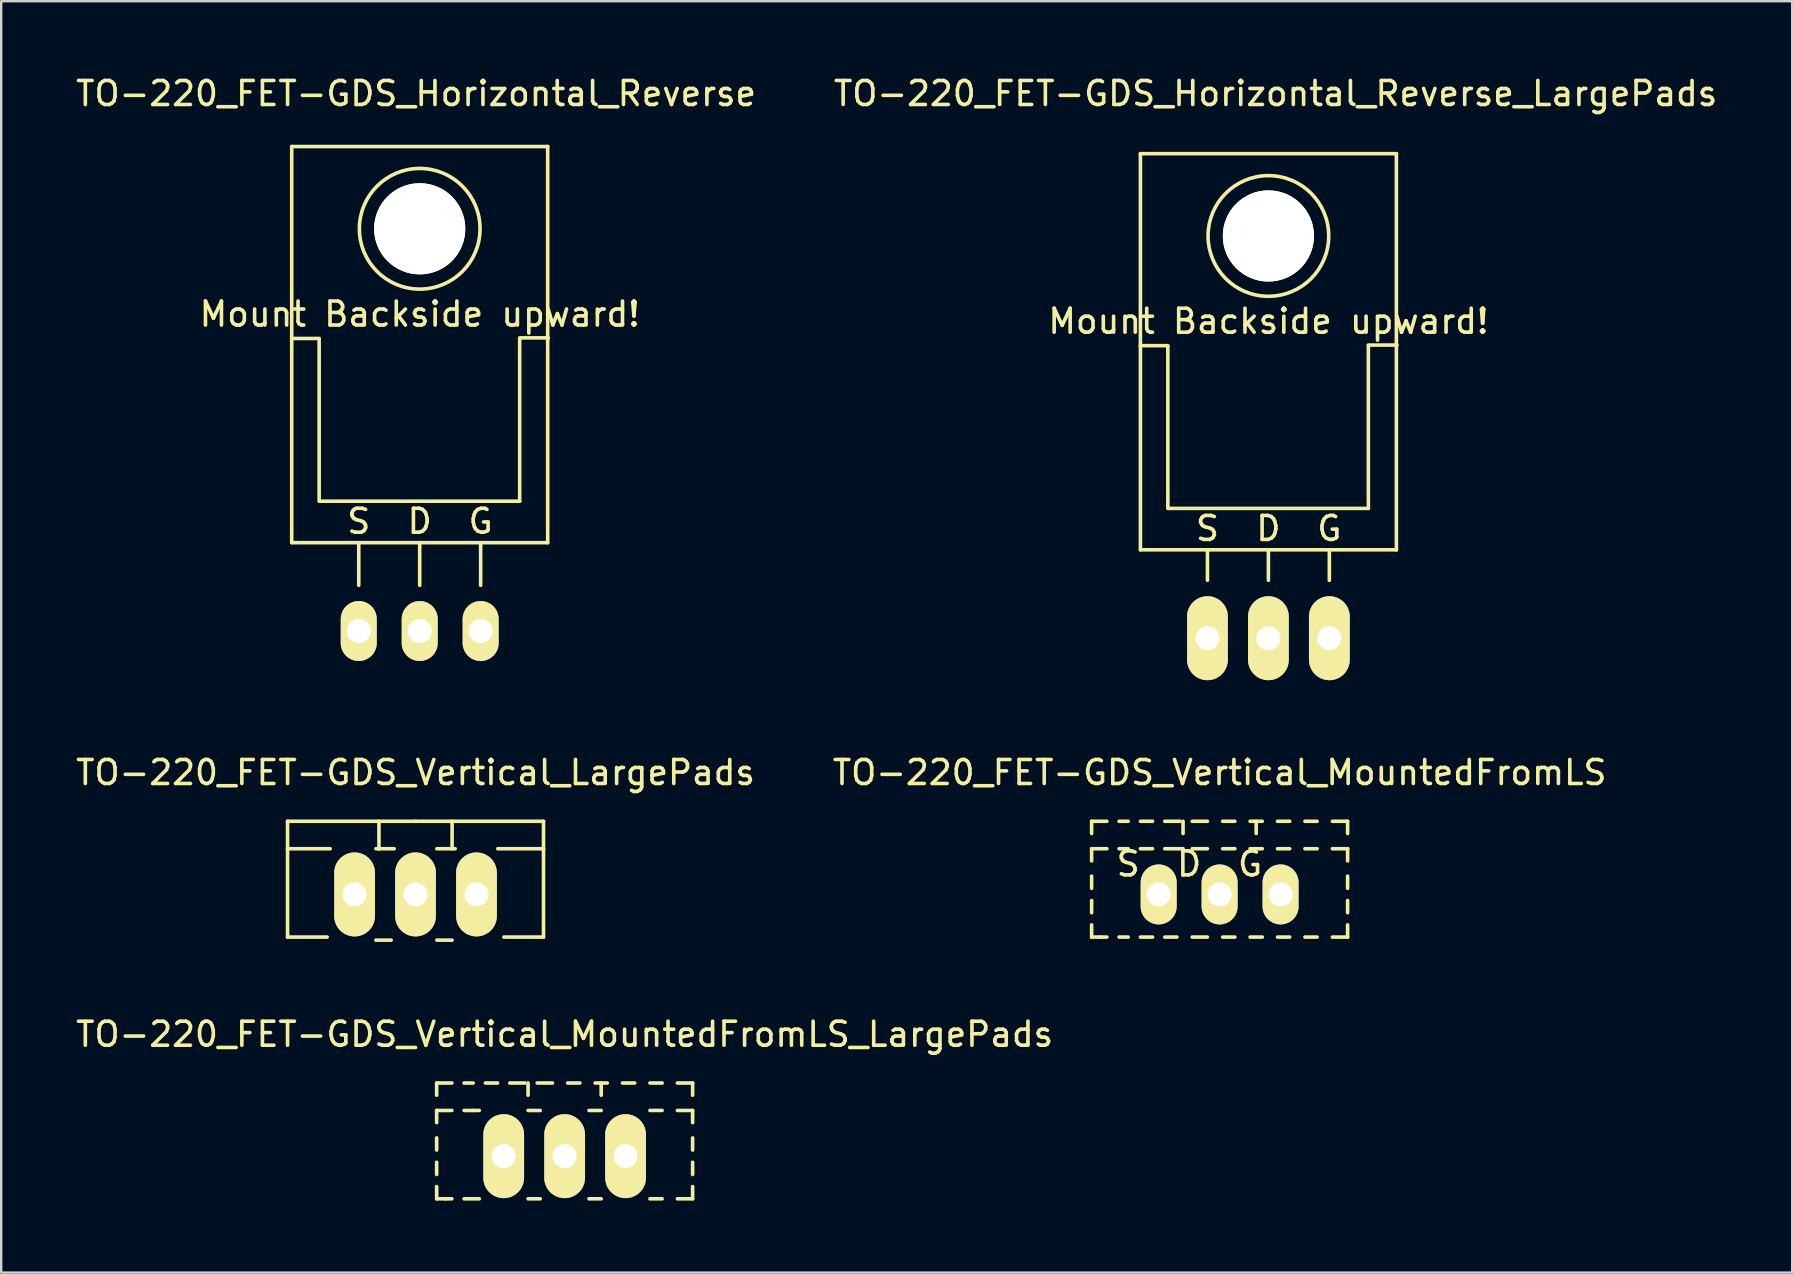
<source format=kicad_pcb>
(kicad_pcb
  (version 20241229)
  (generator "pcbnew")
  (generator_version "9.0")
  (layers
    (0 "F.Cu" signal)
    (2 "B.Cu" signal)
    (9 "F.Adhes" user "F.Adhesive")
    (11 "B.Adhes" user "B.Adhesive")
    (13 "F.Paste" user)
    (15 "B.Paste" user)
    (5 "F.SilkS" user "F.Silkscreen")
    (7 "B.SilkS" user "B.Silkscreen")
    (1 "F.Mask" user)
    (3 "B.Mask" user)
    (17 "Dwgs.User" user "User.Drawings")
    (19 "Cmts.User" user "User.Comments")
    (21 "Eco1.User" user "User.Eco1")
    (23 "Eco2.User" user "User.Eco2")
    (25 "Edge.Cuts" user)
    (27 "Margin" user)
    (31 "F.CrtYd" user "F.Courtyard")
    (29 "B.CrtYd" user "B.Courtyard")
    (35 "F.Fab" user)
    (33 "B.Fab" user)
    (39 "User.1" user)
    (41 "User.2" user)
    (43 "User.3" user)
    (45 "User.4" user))
  (footprint "TO-220_FET-GDS_Vertical_MountedFromLS_LargePads"
    (layer "F.Cu")
    (at 20.482 45.135)
    (property "Reference" "TO-220_FET-GDS_Vertical_MountedFromLS_LargePads" (at 0 -5.08 0) (layer "F.SilkS") (effects (font (size 1 1) (thickness 0.15))))
    (attr through_hole)
    (fp_line (start -5.334 -3.048) (end -4.699 -3.048) (stroke (width 0.15) (type solid)) (layer "F.SilkS"))
    (fp_line (start -5.334 -2.54) (end -5.334 -3.048) (stroke (width 0.15) (type solid)) (layer "F.SilkS"))
    (fp_line (start -5.334 -1.397) (end -5.334 -1.905) (stroke (width 0.15) (type solid)) (layer "F.SilkS"))
    (fp_line (start -5.334 -0.254) (end -5.334 -0.762) (stroke (width 0.15) (type solid)) (layer "F.SilkS"))
    (fp_line (start -5.334 0.762) (end -5.334 0.254) (stroke (width 0.15) (type solid)) (layer "F.SilkS"))
    (fp_line (start -5.334 1.778) (end -5.334 1.27) (stroke (width 0.15) (type solid)) (layer "F.SilkS"))
    (fp_line (start -5.334 1.778) (end -4.953 1.778) (stroke (width 0.15) (type solid)) (layer "F.SilkS"))
    (fp_line (start -4.953 1.778) (end -4.699 1.778) (stroke (width 0.15) (type solid)) (layer "F.SilkS"))
    (fp_line (start -4.699 -1.905) (end -5.334 -1.905) (stroke (width 0.15) (type solid)) (layer "F.SilkS"))
    (fp_line (start -4.191 -3.048) (end -3.81 -3.048) (stroke (width 0.15) (type solid)) (layer "F.SilkS"))
    (fp_line (start -3.81 -1.905) (end -4.191 -1.905) (stroke (width 0.15) (type solid)) (layer "F.SilkS"))
    (fp_line (start -3.81 -1.905) (end -3.556 -1.905) (stroke (width 0.15) (type solid)) (layer "F.SilkS"))
    (fp_line (start -3.556 1.778) (end -4.191 1.778) (stroke (width 0.15) (type solid)) (layer "F.SilkS"))
    (fp_line (start -3.302 -3.048) (end -2.794 -3.048) (stroke (width 0.15) (type solid)) (layer "F.SilkS"))
    (fp_line (start -2.286 -3.048) (end -1.651 -3.048) (stroke (width 0.15) (type solid)) (layer "F.SilkS"))
    (fp_line (start -1.524 -3.048) (end -1.524 -2.54) (stroke (width 0.15) (type solid)) (layer "F.SilkS"))
    (fp_line (start -1.524 -1.905) (end -1.016 -1.905) (stroke (width 0.15) (type solid)) (layer "F.SilkS"))
    (fp_line (start -1.143 -3.048) (end -0.508 -3.048) (stroke (width 0.15) (type solid)) (layer "F.SilkS"))
    (fp_line (start -1.016 1.778) (end -1.524 1.778) (stroke (width 0.15) (type solid)) (layer "F.SilkS"))
    (fp_line (start 0.127 -3.048) (end 0.635 -3.048) (stroke (width 0.15) (type solid)) (layer "F.SilkS"))
    (fp_line (start 1.016 -1.905) (end 1.524 -1.905) (stroke (width 0.15) (type solid)) (layer "F.SilkS"))
    (fp_line (start 1.27 -3.048) (end 1.778 -3.048) (stroke (width 0.15) (type solid)) (layer "F.SilkS"))
    (fp_line (start 1.524 -3.048) (end 1.524 -2.54) (stroke (width 0.15) (type solid)) (layer "F.SilkS"))
    (fp_line (start 1.524 1.778) (end 1.016 1.778) (stroke (width 0.15) (type solid)) (layer "F.SilkS"))
    (fp_line (start 2.413 -3.048) (end 2.921 -3.048) (stroke (width 0.15) (type solid)) (layer "F.SilkS"))
    (fp_line (start 3.556 -3.048) (end 4.064 -3.048) (stroke (width 0.15) (type solid)) (layer "F.SilkS"))
    (fp_line (start 3.556 -1.905) (end 4.064 -1.905) (stroke (width 0.15) (type solid)) (layer "F.SilkS"))
    (fp_line (start 3.556 1.778) (end 4.064 1.778) (stroke (width 0.15) (type solid)) (layer "F.SilkS"))
    (fp_line (start 4.699 -3.048) (end 5.334 -3.048) (stroke (width 0.15) (type solid)) (layer "F.SilkS"))
    (fp_line (start 4.699 -1.905) (end 5.334 -1.905) (stroke (width 0.15) (type solid)) (layer "F.SilkS"))
    (fp_line (start 4.699 1.778) (end 5.334 1.778) (stroke (width 0.15) (type solid)) (layer "F.SilkS"))
    (fp_line (start 5.334 -3.048) (end 5.334 -2.54) (stroke (width 0.15) (type solid)) (layer "F.SilkS"))
    (fp_line (start 5.334 -1.905) (end 5.334 -1.397) (stroke (width 0.15) (type solid)) (layer "F.SilkS"))
    (fp_line (start 5.334 -0.762) (end 5.334 -0.254) (stroke (width 0.15) (type solid)) (layer "F.SilkS"))
    (fp_line (start 5.334 0.254) (end 5.334 0.762) (stroke (width 0.15) (type solid)) (layer "F.SilkS"))
    (fp_line (start 5.334 1.27) (end 5.334 1.778) (stroke (width 0.15) (type solid)) (layer "F.SilkS"))
    (pad "D" thru_hole oval (at 0 0 90) (size 3.5 1.699) (drill 1.001) (layers "*.Cu" "*.Mask" "F.SilkS"))
    (pad "G" thru_hole oval (at 2.54 0 90) (size 3.5 1.699) (drill 1.001) (layers "*.Cu" "*.Mask" "F.SilkS"))
    (pad "S" thru_hole oval (at -2.54 0 90) (size 3.5 1.699) (drill 1.001) (layers "*.Cu" "*.Mask" "F.SilkS")))
  (footprint "TO-220_FET-GDS_Vertical_LargePads"
    (layer "F.Cu")
    (at 14.268 34.227)
    (property "Reference" "TO-220_FET-GDS_Vertical_LargePads" (at 0 -5.08 0) (layer "F.SilkS") (effects (font (size 1 1) (thickness 0.15))))
    (attr through_hole)
    (fp_line (start -5.334 -1.905) (end -5.334 -3.048) (stroke (width 0.15) (type solid)) (layer "F.SilkS"))
    (fp_line (start -5.334 -1.905) (end -3.556 -1.905) (stroke (width 0.15) (type solid)) (layer "F.SilkS"))
    (fp_line (start -5.334 1.778) (end -5.334 -1.905) (stroke (width 0.15) (type solid)) (layer "F.SilkS"))
    (fp_line (start -5.334 1.778) (end -3.683 1.778) (stroke (width 0.15) (type solid)) (layer "F.SilkS"))
    (fp_line (start -1.524 -3.048) (end -1.524 -1.905) (stroke (width 0.15) (type solid)) (layer "F.SilkS"))
    (fp_line (start -1.524 -1.905) (end -1.651 -1.905) (stroke (width 0.15) (type solid)) (layer "F.SilkS"))
    (fp_line (start -1.524 -1.905) (end -0.889 -1.905) (stroke (width 0.15) (type solid)) (layer "F.SilkS"))
    (fp_line (start -1.016 1.905) (end -1.651 1.905) (stroke (width 0.15) (type solid)) (layer "F.SilkS"))
    (fp_line (start 0 -3.048) (end -5.334 -3.048) (stroke (width 0.15) (type solid)) (layer "F.SilkS"))
    (fp_line (start 0 -3.048) (end 5.334 -3.048) (stroke (width 0.15) (type solid)) (layer "F.SilkS"))
    (fp_line (start 0.889 -1.905) (end 1.651 -1.905) (stroke (width 0.15) (type solid)) (layer "F.SilkS"))
    (fp_line (start 1.524 -3.048) (end 1.524 -1.905) (stroke (width 0.15) (type solid)) (layer "F.SilkS"))
    (fp_line (start 1.524 1.905) (end 0.889 1.905) (stroke (width 0.15) (type solid)) (layer "F.SilkS"))
    (fp_line (start 5.334 -3.048) (end 5.334 -1.905) (stroke (width 0.15) (type solid)) (layer "F.SilkS"))
    (fp_line (start 5.334 -1.905) (end 3.429 -1.905) (stroke (width 0.15) (type solid)) (layer "F.SilkS"))
    (fp_line (start 5.334 -1.905) (end 5.334 1.778) (stroke (width 0.15) (type solid)) (layer "F.SilkS"))
    (fp_line (start 5.334 1.778) (end 3.683 1.778) (stroke (width 0.15) (type solid)) (layer "F.SilkS"))
    (pad "D" thru_hole oval (at 0 0 90) (size 3.5 1.699) (drill 1.001) (layers "*.Cu" "*.Mask" "F.SilkS"))
    (pad "G" thru_hole oval (at -2.54 0 90) (size 3.5 1.699) (drill 1.001) (layers "*.Cu" "*.Mask" "F.SilkS"))
    (pad "S" thru_hole oval (at 2.54 0 90) (size 3.5 1.699) (drill 1.001) (layers "*.Cu" "*.Mask" "F.SilkS")))
  (footprint "TO-220_FET-GDS_Horizontal_Reverse"
    (layer "F.Cu")
    (at 14.442 23.249)
    (property "Reference" "TO-220_FET-GDS_Horizontal_Reverse" (at -0.15 -22.4 0) (layer "F.SilkS") (effects (font (size 1 1) (thickness 0.15))))
    (attr through_hole)
    (fp_line (start -5.334 -20.193) (end -5.334 -12.192) (stroke (width 0.15) (type solid)) (layer "F.SilkS"))
    (fp_line (start -5.334 -12.192) (end -5.334 -3.683) (stroke (width 0.15) (type solid)) (layer "F.SilkS"))
    (fp_line (start -4.191 -12.192) (end -5.334 -12.192) (stroke (width 0.15) (type solid)) (layer "F.SilkS"))
    (fp_line (start -4.191 -5.41) (end -4.191 -12.167) (stroke (width 0.15) (type solid)) (layer "F.SilkS"))
    (fp_line (start -2.54 -3.683) (end -2.54 -1.905) (stroke (width 0.15) (type solid)) (layer "F.SilkS"))
    (fp_line (start 0 -3.683) (end -5.334 -3.683) (stroke (width 0.15) (type solid)) (layer "F.SilkS"))
    (fp_line (start 0 -3.683) (end 0 -1.905) (stroke (width 0.15) (type solid)) (layer "F.SilkS"))
    (fp_line (start 0 -3.683) (end 5.334 -3.683) (stroke (width 0.15) (type solid)) (layer "F.SilkS"))
    (fp_line (start 2.54 -3.683) (end 2.54 -1.905) (stroke (width 0.15) (type solid)) (layer "F.SilkS"))
    (fp_line (start 4.166 -12.217) (end 5.359 -12.217) (stroke (width 0.15) (type solid)) (layer "F.SilkS"))
    (fp_line (start 4.166 -12.192) (end 4.166 -5.41) (stroke (width 0.15) (type solid)) (layer "F.SilkS"))
    (fp_line (start 4.166 -5.41) (end -4.166 -5.41) (stroke (width 0.15) (type solid)) (layer "F.SilkS"))
    (fp_line (start 5.334 -20.193) (end -5.334 -20.193) (stroke (width 0.15) (type solid)) (layer "F.SilkS"))
    (fp_line (start 5.334 -12.192) (end 5.334 -20.193) (stroke (width 0.15) (type solid)) (layer "F.SilkS"))
    (fp_line (start 5.334 -3.683) (end 5.334 -12.192) (stroke (width 0.15) (type solid)) (layer "F.SilkS"))
    (fp_circle (center 0 -16.764) (end 1.778 -14.986) (stroke (width 0.15) (type solid)) (fill no) (layer "F.SilkS"))
    (fp_text user "S" (at -2.54 -4.572 0) (layer "F.SilkS") (effects (font (size 1 1) (thickness 0.15))))
    (fp_text user "G" (at 2.54 -4.572 0) (layer "F.SilkS") (effects (font (size 1 1) (thickness 0.15))))
    (fp_text user "D" (at 0 -4.572 0) (layer "F.SilkS") (effects (font (size 1 1) (thickness 0.15))))
    (fp_text user "Mount Backside upward!" (at 0 -13.208 0) (layer "F.SilkS") (effects (font (size 1 1) (thickness 0.15))))
    (pad "" np_thru_hole circle (at 0 -16.764 90) (size 3.8 3.8) (drill 3.8) (layers "*.Cu" "*.Mask" "F.SilkS"))
    (pad "D" thru_hole oval (at 0 0 90) (size 2.499 1.501) (drill 1.001) (layers "*.Cu" "*.Mask" "F.SilkS"))
    (pad "G" thru_hole oval (at 2.54 0 90) (size 2.499 1.501) (drill 1.001) (layers "*.Cu" "*.Mask" "F.SilkS"))
    (pad "S" thru_hole oval (at -2.54 0 90) (size 2.499 1.501) (drill 1.001) (layers "*.Cu" "*.Mask" "F.SilkS")))
  (footprint "TO-220_FET-GDS_Vertical_MountedFromLS"
    (layer "F.Cu")
    (at 47.78 34.227)
    (property "Reference" "TO-220_FET-GDS_Vertical_MountedFromLS" (at 0 -5.08 0) (layer "F.SilkS") (effects (font (size 1 1) (thickness 0.15))))
    (attr through_hole)
    (fp_line (start -5.334 -3.048) (end -4.699 -3.048) (stroke (width 0.15) (type solid)) (layer "F.SilkS"))
    (fp_line (start -5.334 -2.54) (end -5.334 -3.048) (stroke (width 0.15) (type solid)) (layer "F.SilkS"))
    (fp_line (start -5.334 -1.397) (end -5.334 -1.905) (stroke (width 0.15) (type solid)) (layer "F.SilkS"))
    (fp_line (start -5.334 -0.254) (end -5.334 -0.762) (stroke (width 0.15) (type solid)) (layer "F.SilkS"))
    (fp_line (start -5.334 0.762) (end -5.334 0.254) (stroke (width 0.15) (type solid)) (layer "F.SilkS"))
    (fp_line (start -5.334 1.778) (end -5.334 1.27) (stroke (width 0.15) (type solid)) (layer "F.SilkS"))
    (fp_line (start -5.334 1.778) (end -4.953 1.778) (stroke (width 0.15) (type solid)) (layer "F.SilkS"))
    (fp_line (start -4.953 1.778) (end -4.699 1.778) (stroke (width 0.15) (type solid)) (layer "F.SilkS"))
    (fp_line (start -4.699 -1.905) (end -5.334 -1.905) (stroke (width 0.15) (type solid)) (layer "F.SilkS"))
    (fp_line (start -4.191 -3.048) (end -3.81 -3.048) (stroke (width 0.15) (type solid)) (layer "F.SilkS"))
    (fp_line (start -4.191 1.778) (end -3.81 1.778) (stroke (width 0.15) (type solid)) (layer "F.SilkS"))
    (fp_line (start -3.81 -1.905) (end -4.191 -1.905) (stroke (width 0.15) (type solid)) (layer "F.SilkS"))
    (fp_line (start -3.302 -3.048) (end -2.794 -3.048) (stroke (width 0.15) (type solid)) (layer "F.SilkS"))
    (fp_line (start -3.302 1.778) (end -2.794 1.778) (stroke (width 0.15) (type solid)) (layer "F.SilkS"))
    (fp_line (start -2.794 -1.905) (end -3.302 -1.905) (stroke (width 0.15) (type solid)) (layer "F.SilkS"))
    (fp_line (start -2.286 -3.048) (end -1.651 -3.048) (stroke (width 0.15) (type solid)) (layer "F.SilkS"))
    (fp_line (start -2.286 1.778) (end -1.778 1.778) (stroke (width 0.15) (type solid)) (layer "F.SilkS"))
    (fp_line (start -1.524 -3.048) (end -1.524 -2.54) (stroke (width 0.15) (type solid)) (layer "F.SilkS"))
    (fp_line (start -1.524 -1.905) (end -2.286 -1.905) (stroke (width 0.15) (type solid)) (layer "F.SilkS"))
    (fp_line (start -1.143 -3.048) (end -0.508 -3.048) (stroke (width 0.15) (type solid)) (layer "F.SilkS"))
    (fp_line (start -1.143 -1.905) (end -0.508 -1.905) (stroke (width 0.15) (type solid)) (layer "F.SilkS"))
    (fp_line (start -1.143 1.778) (end -0.508 1.778) (stroke (width 0.15) (type solid)) (layer "F.SilkS"))
    (fp_line (start 0.127 -3.048) (end 0.635 -3.048) (stroke (width 0.15) (type solid)) (layer "F.SilkS"))
    (fp_line (start 0.127 -1.905) (end 0.635 -1.905) (stroke (width 0.15) (type solid)) (layer "F.SilkS"))
    (fp_line (start 0.127 1.778) (end 0.635 1.778) (stroke (width 0.15) (type solid)) (layer "F.SilkS"))
    (fp_line (start 1.27 -3.048) (end 1.778 -3.048) (stroke (width 0.15) (type solid)) (layer "F.SilkS"))
    (fp_line (start 1.27 -1.905) (end 1.778 -1.905) (stroke (width 0.15) (type solid)) (layer "F.SilkS"))
    (fp_line (start 1.27 1.778) (end 1.778 1.778) (stroke (width 0.15) (type solid)) (layer "F.SilkS"))
    (fp_line (start 1.524 -3.048) (end 1.524 -2.54) (stroke (width 0.15) (type solid)) (layer "F.SilkS"))
    (fp_line (start 2.413 -3.048) (end 2.921 -3.048) (stroke (width 0.15) (type solid)) (layer "F.SilkS"))
    (fp_line (start 2.413 -1.905) (end 2.921 -1.905) (stroke (width 0.15) (type solid)) (layer "F.SilkS"))
    (fp_line (start 2.413 1.778) (end 2.921 1.778) (stroke (width 0.15) (type solid)) (layer "F.SilkS"))
    (fp_line (start 3.556 -3.048) (end 4.064 -3.048) (stroke (width 0.15) (type solid)) (layer "F.SilkS"))
    (fp_line (start 3.556 -1.905) (end 4.064 -1.905) (stroke (width 0.15) (type solid)) (layer "F.SilkS"))
    (fp_line (start 3.556 1.778) (end 4.064 1.778) (stroke (width 0.15) (type solid)) (layer "F.SilkS"))
    (fp_line (start 4.699 -3.048) (end 5.334 -3.048) (stroke (width 0.15) (type solid)) (layer "F.SilkS"))
    (fp_line (start 4.699 -1.905) (end 5.334 -1.905) (stroke (width 0.15) (type solid)) (layer "F.SilkS"))
    (fp_line (start 4.699 1.778) (end 5.334 1.778) (stroke (width 0.15) (type solid)) (layer "F.SilkS"))
    (fp_line (start 5.334 -3.048) (end 5.334 -2.54) (stroke (width 0.15) (type solid)) (layer "F.SilkS"))
    (fp_line (start 5.334 -1.905) (end 5.334 -1.397) (stroke (width 0.15) (type solid)) (layer "F.SilkS"))
    (fp_line (start 5.334 -0.762) (end 5.334 -0.254) (stroke (width 0.15) (type solid)) (layer "F.SilkS"))
    (fp_line (start 5.334 0.254) (end 5.334 0.762) (stroke (width 0.15) (type solid)) (layer "F.SilkS"))
    (fp_line (start 5.334 1.27) (end 5.334 1.778) (stroke (width 0.15) (type solid)) (layer "F.SilkS"))
    (fp_text user "G" (at 1.27 -1.27 0) (layer "F.SilkS") (effects (font (size 1 1) (thickness 0.15))))
    (fp_text user "S" (at -3.81 -1.27 0) (layer "F.SilkS") (effects (font (size 1 1) (thickness 0.15))))
    (fp_text user "D" (at -1.27 -1.27 0) (layer "F.SilkS") (effects (font (size 1 1) (thickness 0.15))))
    (pad "D" thru_hole oval (at 0 0 90) (size 2.499 1.501) (drill 1.001) (layers "*.Cu" "*.Mask" "F.SilkS"))
    (pad "G" thru_hole oval (at 2.54 0 90) (size 2.499 1.501) (drill 1.001) (layers "*.Cu" "*.Mask" "F.SilkS"))
    (pad "S" thru_hole oval (at -2.54 0 90) (size 2.499 1.501) (drill 1.001) (layers "*.Cu" "*.Mask" "F.SilkS")))
  (footprint "TO-220_FET-GDS_Horizontal_Reverse_LargePads"
    (layer "F.Cu")
    (at 49.813 23.548)
    (property "Reference" "TO-220_FET-GDS_Horizontal_Reverse_LargePads" (at 0.3 -22.7 0) (layer "F.SilkS") (effects (font (size 1 1) (thickness 0.15))))
    (attr through_hole)
    (fp_line (start -5.334 -20.193) (end -5.334 -12.192) (stroke (width 0.15) (type solid)) (layer "F.SilkS"))
    (fp_line (start -5.334 -12.192) (end -5.334 -3.683) (stroke (width 0.15) (type solid)) (layer "F.SilkS"))
    (fp_line (start -4.191 -12.192) (end -5.334 -12.192) (stroke (width 0.15) (type solid)) (layer "F.SilkS"))
    (fp_line (start -4.191 -5.41) (end -4.191 -12.167) (stroke (width 0.15) (type solid)) (layer "F.SilkS"))
    (fp_line (start -2.54 -3.683) (end -2.54 -2.413) (stroke (width 0.15) (type solid)) (layer "F.SilkS"))
    (fp_line (start 0 -3.683) (end -5.334 -3.683) (stroke (width 0.15) (type solid)) (layer "F.SilkS"))
    (fp_line (start 0 -3.683) (end 0 -2.413) (stroke (width 0.15) (type solid)) (layer "F.SilkS"))
    (fp_line (start 0 -3.683) (end 5.334 -3.683) (stroke (width 0.15) (type solid)) (layer "F.SilkS"))
    (fp_line (start 2.54 -3.683) (end 2.54 -2.413) (stroke (width 0.15) (type solid)) (layer "F.SilkS"))
    (fp_line (start 4.166 -12.217) (end 5.359 -12.217) (stroke (width 0.15) (type solid)) (layer "F.SilkS"))
    (fp_line (start 4.166 -12.192) (end 4.166 -5.41) (stroke (width 0.15) (type solid)) (layer "F.SilkS"))
    (fp_line (start 4.166 -5.41) (end -4.166 -5.41) (stroke (width 0.15) (type solid)) (layer "F.SilkS"))
    (fp_line (start 5.334 -20.193) (end -5.334 -20.193) (stroke (width 0.15) (type solid)) (layer "F.SilkS"))
    (fp_line (start 5.334 -12.192) (end 5.334 -20.193) (stroke (width 0.15) (type solid)) (layer "F.SilkS"))
    (fp_line (start 5.334 -3.683) (end 5.334 -12.192) (stroke (width 0.15) (type solid)) (layer "F.SilkS"))
    (fp_circle (center 0 -16.764) (end 1.778 -14.986) (stroke (width 0.15) (type solid)) (fill no) (layer "F.SilkS"))
    (fp_text user "Mount Backside upward!" (at 0 -13.208 0) (layer "F.SilkS") (effects (font (size 1 1) (thickness 0.15))))
    (fp_text user "G" (at 2.54 -4.572 0) (layer "F.SilkS") (effects (font (size 1 1) (thickness 0.15))))
    (fp_text user "S" (at -2.54 -4.572 0) (layer "F.SilkS") (effects (font (size 1 1) (thickness 0.15))))
    (fp_text user "D" (at 0 -4.572 0) (layer "F.SilkS") (effects (font (size 1 1) (thickness 0.15))))
    (pad "" np_thru_hole circle (at 0 -16.764 90) (size 3.8 3.8) (drill 3.8) (layers "*.Cu" "*.Mask" "F.SilkS"))
    (pad "D" thru_hole oval (at 0 0 90) (size 3.5 1.699) (drill 1.001) (layers "*.Cu" "*.Mask" "F.SilkS"))
    (pad "G" thru_hole oval (at 2.54 0 90) (size 3.5 1.699) (drill 1.001) (layers "*.Cu" "*.Mask" "F.SilkS"))
    (pad "S" thru_hole oval (at -2.54 0 90) (size 3.5 1.699) (drill 1.001) (layers "*.Cu" "*.Mask" "F.SilkS")))
  (gr_rect
    (start -3 -3)
    (end 71.643 49.988)
    (stroke (width 0.1) (type default))
    (fill no)
    (layer "Edge.Cuts")))
</source>
